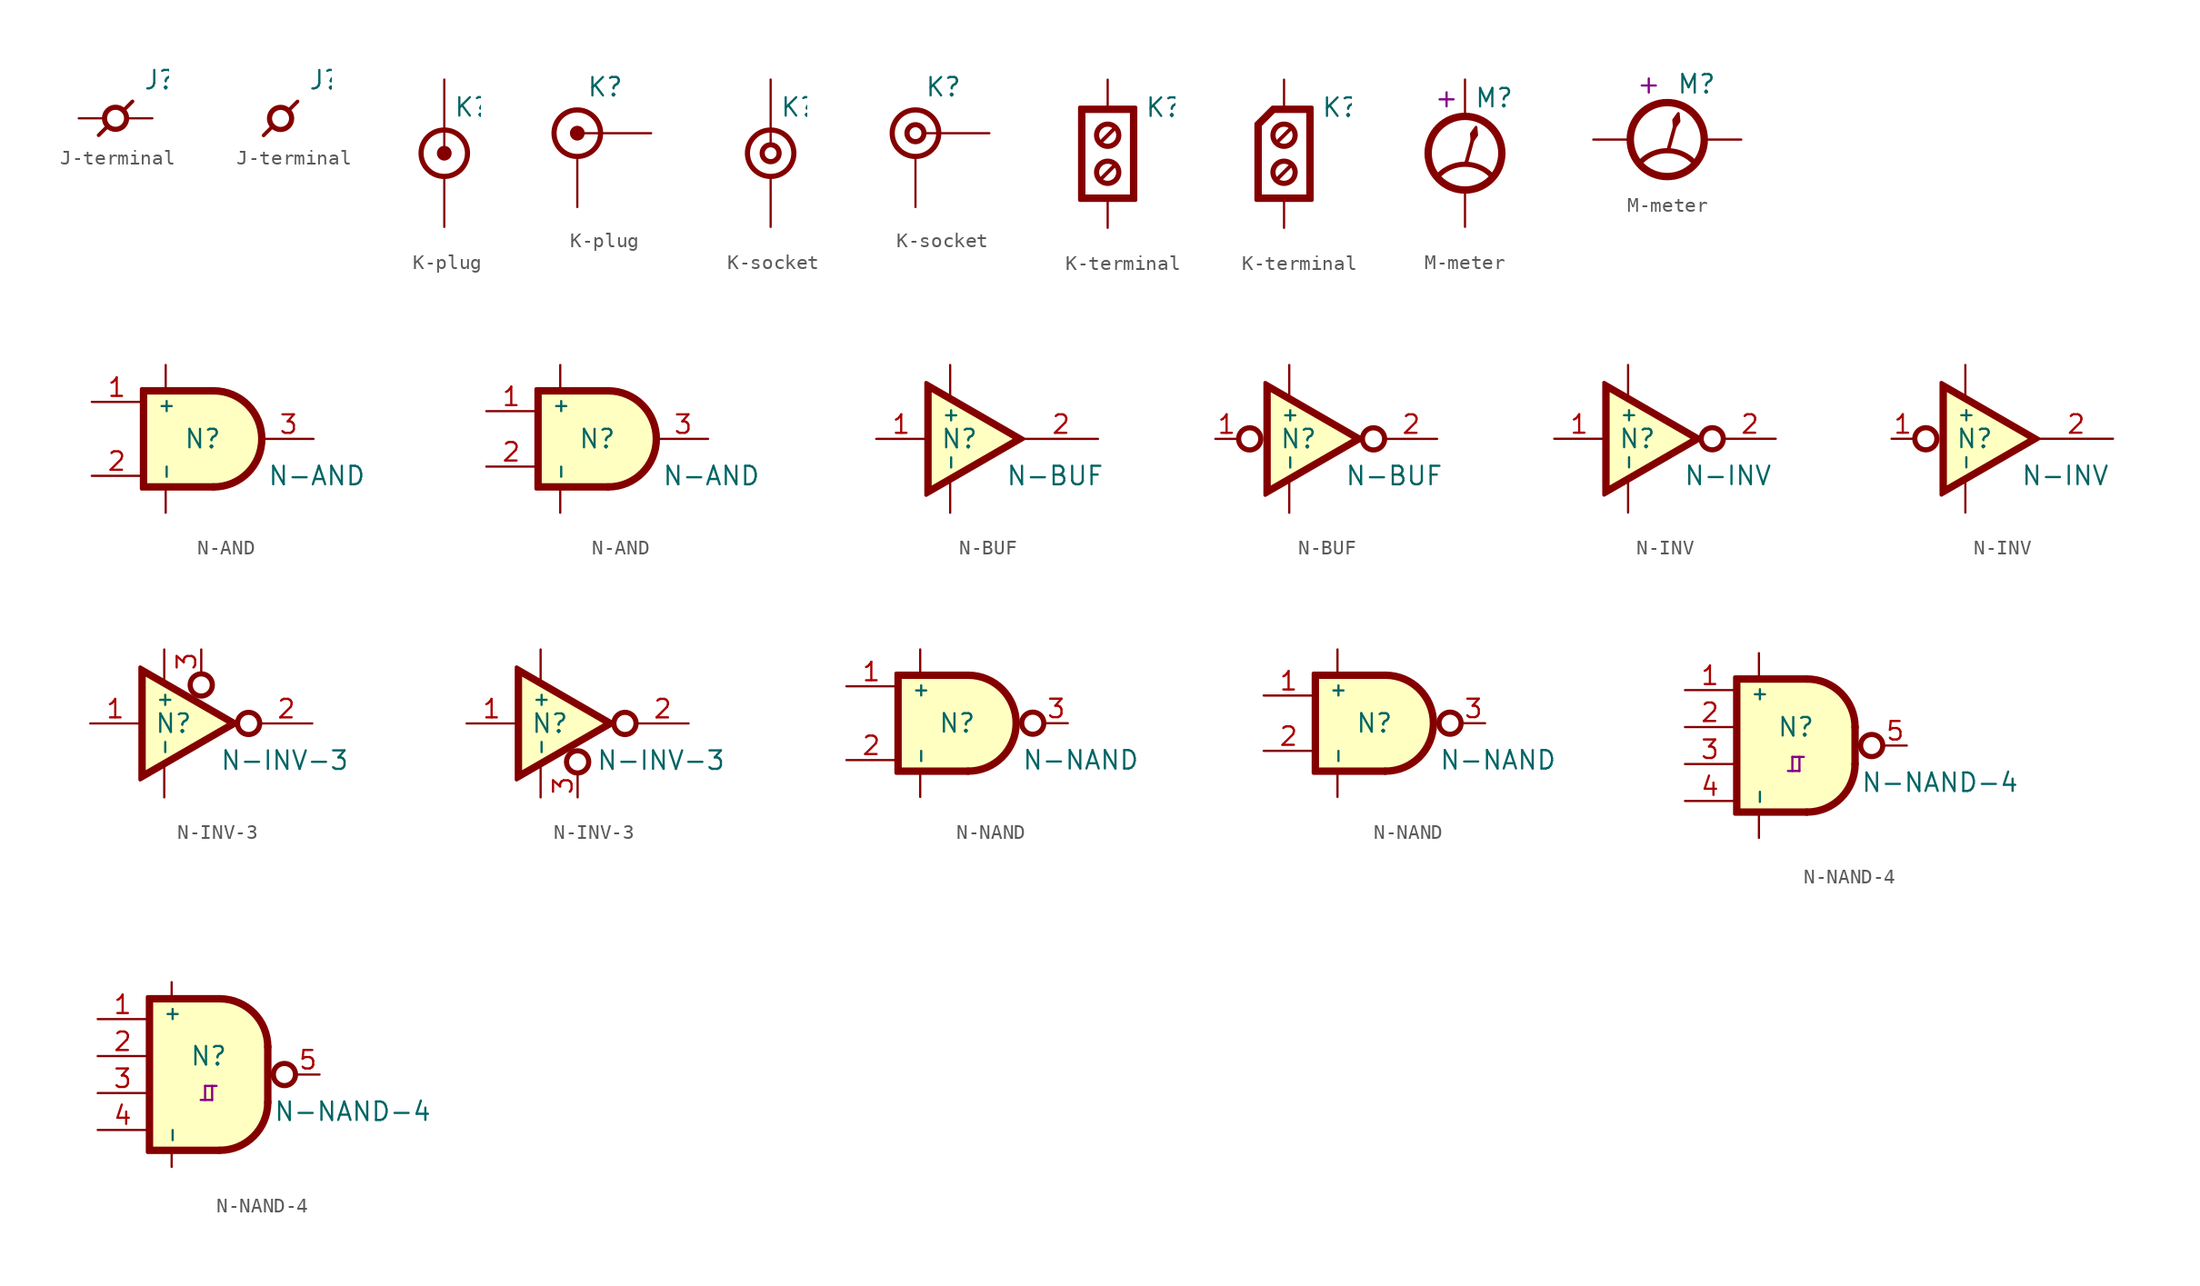
<source format=kicad_sym>
(kicad_symbol_lib
  (version 20220914)
  (generator kicad_symbol_editor)
  (symbol "J-terminal"
    (pin_numbers hide)
    (pin_names
      (offset 0) hide)
    (property "Reference" "J"
      (at 1.905 1.905 0)
      (effects (font (size 1.27 1.27)) (justify left bottom)))
    (symbol "J-terminal_1_0"
      (polyline (pts (xy -0.584 -0.584) (xy -1.168 -1.168)) (stroke (width 0.254) (type default)) (fill (type none)))
      (polyline (pts (xy 0.584 0.584) (xy 1.168 1.168)) (stroke (width 0.254) (type default)) (fill (type none)))
      (circle (center 0 0) (radius 0.762) (stroke (width 0.356) (type default)) (fill (type none))))
    (symbol "J-terminal_1_1"
      (pin passive line (at -2.54 0 0) (length 1.727) (name "1" (effects (font (size 1.27 1.27)))) (number "1" (effects (font (size 1.27 1.27)))))
      (pin passive line (at 2.54 0 180) (length 1.727) (name "2" (effects (font (size 1.27 1.27)))) (number "2" (effects (font (size 1.27 1.27))))))
    (symbol "J-terminal_1_2"
      (pin passive line (at -0.813 0 0) (length 0) (name "1" (effects (font (size 1.27 1.27)))) (number "1" (effects (font (size 1.27 1.27)))))
      (pin passive line (at 0.813 0 180) (length 0) (name "2" (effects (font (size 1.27 1.27)))) (number "2" (effects (font (size 1.27 1.27))))))
    (symbol "J-terminal_1_3"
      (pin passive line (at 0 2.54 270) (length 1.727) (name "1" (effects (font (size 1.27 1.27)))) (number "1" (effects (font (size 1.27 1.27)))))
      (pin passive line (at 0 -2.54 90) (length 1.727) (name "2" (effects (font (size 1.27 1.27)))) (number "2" (effects (font (size 1.27 1.27))))))
    (symbol "J-terminal_1_4"
      (pin passive line (at 0 0.813 270) (length 0) (name "1" (effects (font (size 1.27 1.27)))) (number "1" (effects (font (size 1.27 1.27)))))
      (pin passive line (at 0 -0.813 90) (length 0) (name "2" (effects (font (size 1.27 1.27)))) (number "2" (effects (font (size 1.27 1.27)))))))
  (symbol "K-plug"
    (pin_numbers hide)
    (pin_names
      (offset 0) hide)
    (property "Reference" "K"
      (at 0.635 3.175 0)
      (effects (font (size 1.27 1.27)) (justify left)))
    (symbol "K-plug_1_0"
      (circle (center 0 0) (radius 0.381) (stroke (width 0.254) (type default)) (fill (type outline)))
      (circle (center 0 0) (radius 1.6) (stroke (width 0.356) (type default)) (fill (type none))))
    (symbol "K-plug_1_1"
      (pin passive line (at 0 5.08 270) (length 4.699) (name "T" (effects (font (size 1.27 1.27)))) (number "1" (effects (font (size 1.27 1.27)))))
      (pin passive line (at 0 -5.08 90) (length 3.429) (name "S" (effects (font (size 1.27 1.27)))) (number "2" (effects (font (size 1.27 1.27))))))
    (symbol "K-plug_1_2"
      (pin passive line (at 5.08 0 180) (length 4.699) (name "T" (effects (font (size 1.27 1.27)))) (number "1" (effects (font (size 1.27 1.27)))))
      (pin passive line (at 0 -5.08 90) (length 3.429) (name "S" (effects (font (size 1.27 1.27)))) (number "2" (effects (font (size 1.27 1.27)))))))
  (symbol "K-socket"
    (pin_numbers hide)
    (pin_names
      (offset 0) hide)
    (property "Reference" "K"
      (at 0.635 3.175 0)
      (effects (font (size 1.27 1.27)) (justify left)))
    (symbol "K-socket_1_0"
      (circle (center 0 0) (radius 0.584) (stroke (width 0.356) (type default)) (fill (type none)))
      (circle (center 0 0) (radius 1.6) (stroke (width 0.356) (type default)) (fill (type none))))
    (symbol "K-socket_1_1"
      (pin passive line (at 0 5.08 270) (length 4.445) (name "T" (effects (font (size 1.27 1.27)))) (number "1" (effects (font (size 1.27 1.27)))))
      (pin passive line (at 0 -5.08 90) (length 3.429) (name "S" (effects (font (size 1.27 1.27)))) (number "2" (effects (font (size 1.27 1.27))))))
    (symbol "K-socket_1_2"
      (pin passive line (at 5.08 0 180) (length 4.445) (name "T" (effects (font (size 1.27 1.27)))) (number "1" (effects (font (size 1.27 1.27)))))
      (pin passive line (at 0 -5.08 90) (length 3.429) (name "S" (effects (font (size 1.27 1.27)))) (number "2" (effects (font (size 1.27 1.27)))))))
  (symbol "K-terminal"
    (pin_numbers hide)
    (pin_names
      (offset 0) hide)
    (property "Reference" "K"
      (at 2.54 3.175 0)
      (effects (font (size 1.27 1.27)) (justify left)))
    (symbol "K-terminal_1_0"
      (circle (center 0 -1.27) (radius 0.762) (stroke (width 0.356) (type default)) (fill (type none)))
      (polyline (pts (xy 0.559 -0.711) (xy -0.559 -1.829)) (stroke (width 0.254) (type default)) (fill (type none)))
      (polyline (pts (xy 0.559 1.829) (xy -0.559 0.711)) (stroke (width 0.254) (type default)) (fill (type none)))
      (circle (center 0 1.27) (radius 0.762) (stroke (width 0.356) (type default)) (fill (type none)))
      (pin passive line (at 0 5.08 270) (length 1.905) (name "1" (effects (font (size 1.27 1.27)))) (number "1" (effects (font (size 1.27 1.27)))))
      (pin passive line (at 0 -5.08 90) (length 1.905) (name "2" (effects (font (size 1.27 1.27)))) (number "2" (effects (font (size 1.27 1.27))))))
    (symbol "K-terminal_1_1"
      (polyline (pts (xy -1.905 3.175) (xy -1.905 -3.175) (xy 1.905 -3.175) (xy 1.905 3.175) (xy -1.905 3.175) (xy -1.651 2.921) (xy 1.651 2.921) (xy 1.651 -2.921) (xy -1.651 -2.921) (xy -1.651 2.921) (xy -1.905 3.175)) (stroke (width 0.254) (type default)) (fill (type outline))))
    (symbol "K-terminal_1_2"
      (polyline (pts (xy -0.787 3.175) (xy -1.905 2.057) (xy -1.905 -3.175) (xy 1.905 -3.175) (xy 1.905 3.175) (xy -0.787 3.175) (xy -0.686 2.921) (xy 1.651 2.921) (xy 1.651 -2.921) (xy -1.651 -2.921) (xy -1.651 1.956) (xy -0.686 2.921) (xy -0.787 3.175)) (stroke (width 0.254) (type default)) (fill (type outline)))))
  (symbol "M-meter"
    (pin_numbers hide)
    (pin_names
      (offset 0) hide)
    (property "Reference" "M"
      (at 0.635 3.81 0)
      (effects (font (size 1.27 1.27)) (justify left)))
    (property "Indicator" "+"
      (at -1.27 3.81 0)
      (do_not_autoplace)
      (effects (font (size 1.27 1.27))))
    (symbol "M-meter_1_0"
      (polyline (pts (xy 0.051 -0.787) (xy 0.61 1.245)) (stroke (width 0.254) (type default)) (fill (type none)))
      (polyline (pts (xy 0.483 0.787) (xy 0.813 1.245) (xy 0.762 1.803) (xy 0.432 1.346) (xy 0.483 0.787)) (stroke (width 0.178) (type default)) (fill (type outline)))
      (circle (center 0 0) (radius 2.54) (stroke (width 0.508) (type default)) (fill (type none)))
      (arc (start 1.7961 -1.5059) (mid 0 -0.762) (end -1.7961 -1.5059) (stroke (width 0.3556) (type default)) (fill (type none))))
    (symbol "M-meter_1_1"
      (pin passive line (at 0 5.08 270) (length 2.413) (name "+" (effects (font (size 1.27 1.27)))) (number "1" (effects (font (size 1.27 1.27)))))
      (pin passive line (at 0 -5.08 90) (length 2.413) (name "-" (effects (font (size 1.27 1.27)))) (number "2" (effects (font (size 1.27 1.27))))))
    (symbol "M-meter_1_2"
      (pin passive line (at -5.08 0 0) (length 2.413) (name "+" (effects (font (size 1.27 1.27)))) (number "1" (effects (font (size 1.27 1.27)))))
      (pin passive line (at 5.08 0 180) (length 2.413) (name "-" (effects (font (size 1.27 1.27)))) (number "2" (effects (font (size 1.27 1.27)))))))
  (symbol "N-AND"
    (property "Reference" "N"
      (at 0 0 0)
      (do_not_autoplace)
      (effects (font (size 1.27 1.27))))
    (property "Value" "N-AND"
      (at 4.445 -2.54 0)
      (effects (font (size 1.27 1.27)) (justify left)))
    (symbol "N-AND_1_0"
      (rectangle (start -4.064 3.302) (end 0.787 -3.302) (stroke (width -0.051) (type default)) (fill (type background)))
      (polyline (pts (xy 0.762 3.429) (xy -4.191 3.429) (xy -4.191 -3.429) (xy 0.762 -3.429) (xy 0.762 -3.175) (xy -3.937 -3.175) (xy -3.937 3.175) (xy 0.762 3.175) (xy 0.762 3.429)) (stroke (width 0.254) (type default)) (fill (type outline)))
      (arc (start 0.762 -3.302) (mid 4.064 0) (end 0.762 3.302) (stroke (width 0.508) (type default)) (fill (type background)))
      (pin output line (at 7.62 0 180) (length 3.429) (name "Y" (effects (font (size 0 0)))) (number "3" (effects (font (size 1.27 1.27)))))
      (pin power_in line (at -2.54 5.08 270) (length 1.651) (name "+" (effects (font (size 0.914 0.914)))) (number "4" (effects (font (size 0 0)))))
      (pin power_in line (at -2.54 -5.08 90) (length 1.651) (name "-" (effects (font (size 0.914 0.914)))) (number "5" (effects (font (size 0 0))))))
    (symbol "N-AND_1_1"
      (pin input line (at -7.62 2.54 0) (length 3.429) (name "A" (effects (font (size 0 0)))) (number "1" (effects (font (size 1.27 1.27)))))
      (pin input line (at -7.62 -2.54 0) (length 3.429) (name "B" (effects (font (size 0 0)))) (number "2" (effects (font (size 1.27 1.27))))))
    (symbol "N-AND_1_2"
      (pin input line (at -7.62 1.905 0) (length 3.429) (name "A" (effects (font (size 0 0)))) (number "1" (effects (font (size 1.27 1.27)))))
      (pin input line (at -7.62 -1.905 0) (length 3.429) (name "B" (effects (font (size 0 0)))) (number "2" (effects (font (size 1.27 1.27)))))))
  (symbol "N-BUF"
    (pin_names
      (offset 0.635))
    (property "Reference" "N"
      (at -1.905 0 0)
      (do_not_autoplace)
      (effects (font (size 1.27 1.27))))
    (property "Value" "N-BUF"
      (at 1.27 -2.54 0)
      (effects (font (size 1.27 1.27)) (justify left)))
    (symbol "N-BUF_1_0"
      (polyline (pts (xy 2.235 0) (xy -4.064 3.632) (xy -4.064 -3.632) (xy 2.235 0)) (stroke (width -0.051) (type default)) (fill (type background)))
      (polyline (pts (xy 2.489 0) (xy -4.191 3.861) (xy -4.191 -3.861) (xy 2.489 0) (xy 2.007 0) (xy -3.937 -3.429) (xy -3.937 3.429) (xy 2.007 0) (xy 2.489 0)) (stroke (width 0.254) (type default)) (fill (type outline)))
      (pin power_in line (at -2.54 5.08 270) (length 2.159) (name "+" (effects (font (size 0.914 0.914)))) (number "3" (effects (font (size 0 0)))))
      (pin power_in line (at -2.54 -5.08 90) (length 2.159) (name "-" (effects (font (size 0.914 0.914)))) (number "4" (effects (font (size 0 0))))))
    (symbol "N-BUF_1_1"
      (pin input line (at -7.62 0 0) (length 3.429) (name "A" (effects (font (size 0 0)))) (number "1" (effects (font (size 1.27 1.27)))))
      (pin output line (at 7.62 0 180) (length 5.08) (name "Y" (effects (font (size 0 0)))) (number "2" (effects (font (size 1.27 1.27))))))
    (symbol "N-BUF_1_2"
      (circle (center -5.258 0) (radius 0.762) (stroke (width 0.356) (type default)) (fill (type none)))
      (circle (center 3.251 0) (radius 0.762) (stroke (width 0.356) (type default)) (fill (type none)))
      (pin input line (at -7.62 0 0) (length 1.549) (name "A" (effects (font (size 0 0)))) (number "1" (effects (font (size 1.27 1.27)))))
      (pin output line (at 7.62 0 180) (length 3.556) (name "Y" (effects (font (size 0 0)))) (number "2" (effects (font (size 1.27 1.27)))))))
  (symbol "N-INV"
    (pin_names
      (offset 0.635))
    (property "Reference" "N"
      (at -1.905 0 0)
      (do_not_autoplace)
      (effects (font (size 1.27 1.27))))
    (property "Value" "N-INV"
      (at 1.27 -2.54 0)
      (effects (font (size 1.27 1.27)) (justify left)))
    (symbol "N-INV_1_0"
      (polyline (pts (xy 2.235 0) (xy -4.064 3.632) (xy -4.064 -3.632) (xy 2.235 0)) (stroke (width -0.051) (type default)) (fill (type background)))
      (polyline (pts (xy 2.489 0) (xy -4.191 3.861) (xy -4.191 -3.861) (xy 2.489 0) (xy 2.007 0) (xy -3.937 -3.429) (xy -3.937 3.429) (xy 2.007 0) (xy 2.489 0)) (stroke (width 0.254) (type default)) (fill (type outline)))
      (pin power_in line (at -2.54 5.08 270) (length 2.159) (name "+" (effects (font (size 0.914 0.914)))) (number "3" (effects (font (size 0 0)))))
      (pin power_in line (at -2.54 -5.08 90) (length 2.159) (name "-" (effects (font (size 0.914 0.914)))) (number "4" (effects (font (size 0 0))))))
    (symbol "N-INV_1_1"
      (circle (center 3.251 0) (radius 0.762) (stroke (width 0.356) (type default)) (fill (type none)))
      (pin input line (at -7.62 0 0) (length 3.429) (name "A" (effects (font (size 0 0)))) (number "1" (effects (font (size 1.27 1.27)))))
      (pin output line (at 7.62 0 180) (length 3.556) (name "Y" (effects (font (size 0 0)))) (number "2" (effects (font (size 1.27 1.27))))))
    (symbol "N-INV_1_2"
      (circle (center -5.258 0) (radius 0.762) (stroke (width 0.356) (type default)) (fill (type none)))
      (pin input line (at -7.62 0 0) (length 1.549) (name "A" (effects (font (size 0 0)))) (number "1" (effects (font (size 1.27 1.27)))))
      (pin output line (at 7.62 0 180) (length 5.08) (name "Y" (effects (font (size 0 0)))) (number "2" (effects (font (size 1.27 1.27)))))))
  (symbol "N-INV-3"
    (pin_names
      (offset 0.635))
    (property "Reference" "N"
      (at -1.905 0 0)
      (do_not_autoplace)
      (effects (font (size 1.27 1.27))))
    (property "Value" "N-INV-3"
      (at 1.27 -2.54 0)
      (effects (font (size 1.27 1.27)) (justify left)))
    (symbol "N-INV-3_1_0"
      (polyline (pts (xy 2.235 0) (xy -4.064 3.632) (xy -4.064 -3.632) (xy 2.235 0)) (stroke (width -0.051) (type default)) (fill (type background)))
      (polyline (pts (xy 2.489 0) (xy -4.191 3.861) (xy -4.191 -3.861) (xy 2.489 0) (xy 2.007 0) (xy -3.937 -3.429) (xy -3.937 3.429) (xy 2.007 0) (xy 2.489 0)) (stroke (width 0.254) (type default)) (fill (type outline)))
      (circle (center 3.251 0) (radius 0.762) (stroke (width 0.356) (type default)) (fill (type none)))
      (pin input line (at -7.62 0 0) (length 3.429) (name "A" (effects (font (size 0 0)))) (number "1" (effects (font (size 1.27 1.27)))))
      (pin tri_state line (at 7.62 0 180) (length 3.556) (name "Y" (effects (font (size 0 0)))) (number "2" (effects (font (size 1.27 1.27)))))
      (pin power_in line (at -2.54 5.08 270) (length 2.159) (name "+" (effects (font (size 0.914 0.914)))) (number "4" (effects (font (size 0 0)))))
      (pin power_in line (at -2.54 -5.08 90) (length 2.159) (name "-" (effects (font (size 0.914 0.914)))) (number "5" (effects (font (size 0 0))))))
    (symbol "N-INV-3_1_1"
      (circle (center 0 2.642) (radius 0.762) (stroke (width 0.356) (type default)) (fill (type none)))
      (pin input line (at 0 5.08 270) (length 1.626) (name "EN" (effects (font (size 0 0)))) (number "3" (effects (font (size 1.27 1.27))))))
    (symbol "N-INV-3_1_2"
      (circle (center 0 -2.642) (radius 0.762) (stroke (width 0.356) (type default)) (fill (type none)))
      (pin input line (at 0 -5.08 90) (length 1.626) (name "EN" (effects (font (size 0 0)))) (number "3" (effects (font (size 1.27 1.27)))))))
  (symbol "N-NAND"
    (property "Reference" "N"
      (at 0 0 0)
      (do_not_autoplace)
      (effects (font (size 1.27 1.27))))
    (property "Value" "N-NAND"
      (at 4.445 -2.54 0)
      (effects (font (size 1.27 1.27)) (justify left)))
    (symbol "N-NAND_1_0"
      (rectangle (start -4.064 3.302) (end 0.787 -3.302) (stroke (width -0.051) (type default)) (fill (type background)))
      (polyline (pts (xy 0.762 3.429) (xy -4.191 3.429) (xy -4.191 -3.429) (xy 0.762 -3.429) (xy 0.762 -3.175) (xy -3.937 -3.175) (xy -3.937 3.175) (xy 0.762 3.175) (xy 0.762 3.429)) (stroke (width 0.254) (type default)) (fill (type outline)))
      (arc (start 0.762 -3.302) (mid 4.064 0) (end 0.762 3.302) (stroke (width 0.508) (type default)) (fill (type background)))
      (circle (center 5.207 0) (radius 0.762) (stroke (width 0.356) (type default)) (fill (type none)))
      (pin output line (at 7.62 0 180) (length 1.6) (name "Y" (effects (font (size 0 0)))) (number "3" (effects (font (size 1.27 1.27)))))
      (pin power_in line (at -2.54 5.08 270) (length 1.651) (name "+" (effects (font (size 0.914 0.914)))) (number "4" (effects (font (size 0 0)))))
      (pin power_in line (at -2.54 -5.08 90) (length 1.651) (name "-" (effects (font (size 0.914 0.914)))) (number "5" (effects (font (size 0 0))))))
    (symbol "N-NAND_1_1"
      (pin input line (at -7.62 2.54 0) (length 3.429) (name "A" (effects (font (size 0 0)))) (number "1" (effects (font (size 1.27 1.27)))))
      (pin input line (at -7.62 -2.54 0) (length 3.429) (name "B" (effects (font (size 0 0)))) (number "2" (effects (font (size 1.27 1.27))))))
    (symbol "N-NAND_1_2"
      (pin input line (at -7.62 1.905 0) (length 3.429) (name "A" (effects (font (size 0 0)))) (number "1" (effects (font (size 1.27 1.27)))))
      (pin input line (at -7.62 -1.905 0) (length 3.429) (name "B" (effects (font (size 0 0)))) (number "2" (effects (font (size 1.27 1.27)))))))
  (symbol "N-NAND-4"
    (property "Reference" "N"
      (at 0 1.27 0)
      (do_not_autoplace)
      (effects (font (size 1.27 1.27))))
    (property "Value" "N-NAND-4"
      (at 4.445 -2.54 0)
      (effects (font (size 1.27 1.27)) (justify left)))
    (property "Indicator" "⎎"
      (at 0 -1.168 0)
      (do_not_autoplace)
      (effects (font (size 1.27 1.27))))
    (symbol "N-NAND-4_1_0"
      (circle (center 5.207 0) (radius 0.762) (stroke (width 0.356) (type default)) (fill (type none)))
      (pin input line (at -7.62 3.81 0) (length 3.429) (name "A" (effects (font (size 0 0)))) (number "1" (effects (font (size 1.27 1.27)))))
      (pin input line (at -7.62 1.27 0) (length 3.429) (name "B" (effects (font (size 0 0)))) (number "2" (effects (font (size 1.27 1.27)))))
      (pin input line (at -7.62 -1.27 0) (length 3.429) (name "C" (effects (font (size 0 0)))) (number "3" (effects (font (size 1.27 1.27)))))
      (pin input line (at -7.62 -3.81 0) (length 3.429) (name "D" (effects (font (size 0 0)))) (number "4" (effects (font (size 1.27 1.27)))))
      (pin output line (at 7.62 0 180) (length 1.6) (name "Y" (effects (font (size 0 0)))) (number "5" (effects (font (size 1.27 1.27))))))
    (symbol "N-NAND-4_1_1"
      (rectangle (start -4.064 4.572) (end 0.787 -4.572) (stroke (width -0.051) (type default)) (fill (type background)))
      (polyline (pts (xy 4.064 1.27) (xy 4.064 -1.27)) (stroke (width 0.508) (type default)) (fill (type none)))
      (polyline (pts (xy 0.762 4.699) (xy -4.191 4.699) (xy -4.191 -4.699) (xy 0.762 -4.699) (xy 0.762 -4.445) (xy -3.937 -4.445) (xy -3.937 4.445) (xy 0.762 4.445) (xy 0.762 4.699)) (stroke (width 0.254) (type default)) (fill (type outline)))
      (arc (start 0.762 -4.572) (mid 3.0969 -3.6049) (end 4.064 -1.27) (stroke (width 0.508) (type default)) (fill (type background)))
      (rectangle (start 0.762 1.295) (end 4.064 -1.295) (stroke (width -0.051) (type default)) (fill (type background)))
      (arc (start 4.064 1.27) (mid 3.0969 3.6049) (end 0.762 4.572) (stroke (width 0.508) (type default)) (fill (type background)))
      (pin power_in line (at -2.54 6.35 270) (length 1.651) (name "+" (effects (font (size 0.914 0.914)))) (number "6" (effects (font (size 0 0)))))
      (pin power_in line (at -2.54 -6.35 90) (length 1.651) (name "-" (effects (font (size 0.914 0.914)))) (number "7" (effects (font (size 0 0))))))
    (symbol "N-NAND-4_1_2"
      (rectangle (start -4.064 5.207) (end 0.787 -5.207) (stroke (width -0.051) (type default)) (fill (type background)))
      (polyline (pts (xy 4.064 1.905) (xy 4.064 -1.905)) (stroke (width 0.508) (type default)) (fill (type none)))
      (polyline (pts (xy 0.762 5.334) (xy -4.191 5.334) (xy -4.191 -5.334) (xy 0.762 -5.334) (xy 0.762 -5.08) (xy -3.937 -5.08) (xy -3.937 5.08) (xy 0.762 5.08) (xy 0.762 5.334)) (stroke (width 0.254) (type default)) (fill (type outline)))
      (arc (start 0.762 -5.207) (mid 3.0969 -4.2399) (end 4.064 -1.905) (stroke (width 0.508) (type default)) (fill (type background)))
      (rectangle (start 0.762 1.93) (end 4.064 -1.93) (stroke (width -0.051) (type default)) (fill (type background)))
      (arc (start 4.064 1.905) (mid 3.0969 4.2399) (end 0.762 5.207) (stroke (width 0.508) (type default)) (fill (type background)))
      (pin power_in line (at -2.54 6.35 270) (length 1.016) (name "+" (effects (font (size 0.914 0.914)))) (number "6" (effects (font (size 0 0)))))
      (pin power_in line (at -2.54 -6.35 90) (length 1.016) (name "-" (effects (font (size 0.914 0.914)))) (number "7" (effects (font (size 0 0))))))
    (symbol "N-NAND-4_1_3"
      (rectangle (start -4.064 3.302) (end 0.787 -3.302) (stroke (width -0.051) (type default)) (fill (type background)))
      (polyline (pts (xy 0.762 3.429) (xy -3.937 3.429) (xy -3.937 4.699) (xy -4.191 4.699) (xy -4.191 -4.699) (xy -3.937 -4.699) (xy -3.937 -3.429) (xy 0.762 -3.429) (xy 0.762 -3.175) (xy -3.937 -3.175) (xy -3.937 3.175) (xy 0.762 3.175) (xy 0.762 3.429)) (stroke (width 0.254) (type default)) (fill (type outline)))
      (arc (start 0.762 -3.302) (mid 4.064 0) (end 0.762 3.302) (stroke (width 0.508) (type default)) (fill (type background)))
      (pin power_in line (at -2.54 6.35 270) (length 2.921) (name "+" (effects (font (size 0.914 0.914)))) (number "4" (effects (font (size 0 0)))))
      (pin power_in line (at -2.54 -6.35 90) (length 2.921) (name "-" (effects (font (size 0.914 0.914)))) (number "5" (effects (font (size 0 0))))))
    (symbol "N-NAND-4_1_4"
      (rectangle (start -4.064 3.302) (end 0.787 -3.302) (stroke (width -0.051) (type default)) (fill (type background)))
      (polyline (pts (xy 0.762 3.429) (xy -3.937 3.429) (xy -3.937 5.334) (xy -4.191 5.334) (xy -4.191 -5.334) (xy -3.937 -5.334) (xy -3.937 -3.429) (xy 0.762 -3.429) (xy 0.762 -3.175) (xy -3.937 -3.175) (xy -3.937 3.175) (xy 0.762 3.175) (xy 0.762 3.429)) (stroke (width 0.254) (type default)) (fill (type outline)))
      (arc (start 0.762 -3.302) (mid 4.064 0) (end 0.762 3.302) (stroke (width 0.508) (type default)) (fill (type background)))
      (pin power_in line (at -2.54 6.35 270) (length 2.921) (name "+" (effects (font (size 0.914 0.914)))) (number "4" (effects (font (size 0 0)))))
      (pin power_in line (at -2.54 -6.35 90) (length 2.921) (name "-" (effects (font (size 0.914 0.914)))) (number "5" (effects (font (size 0 0))))))))
</source>
